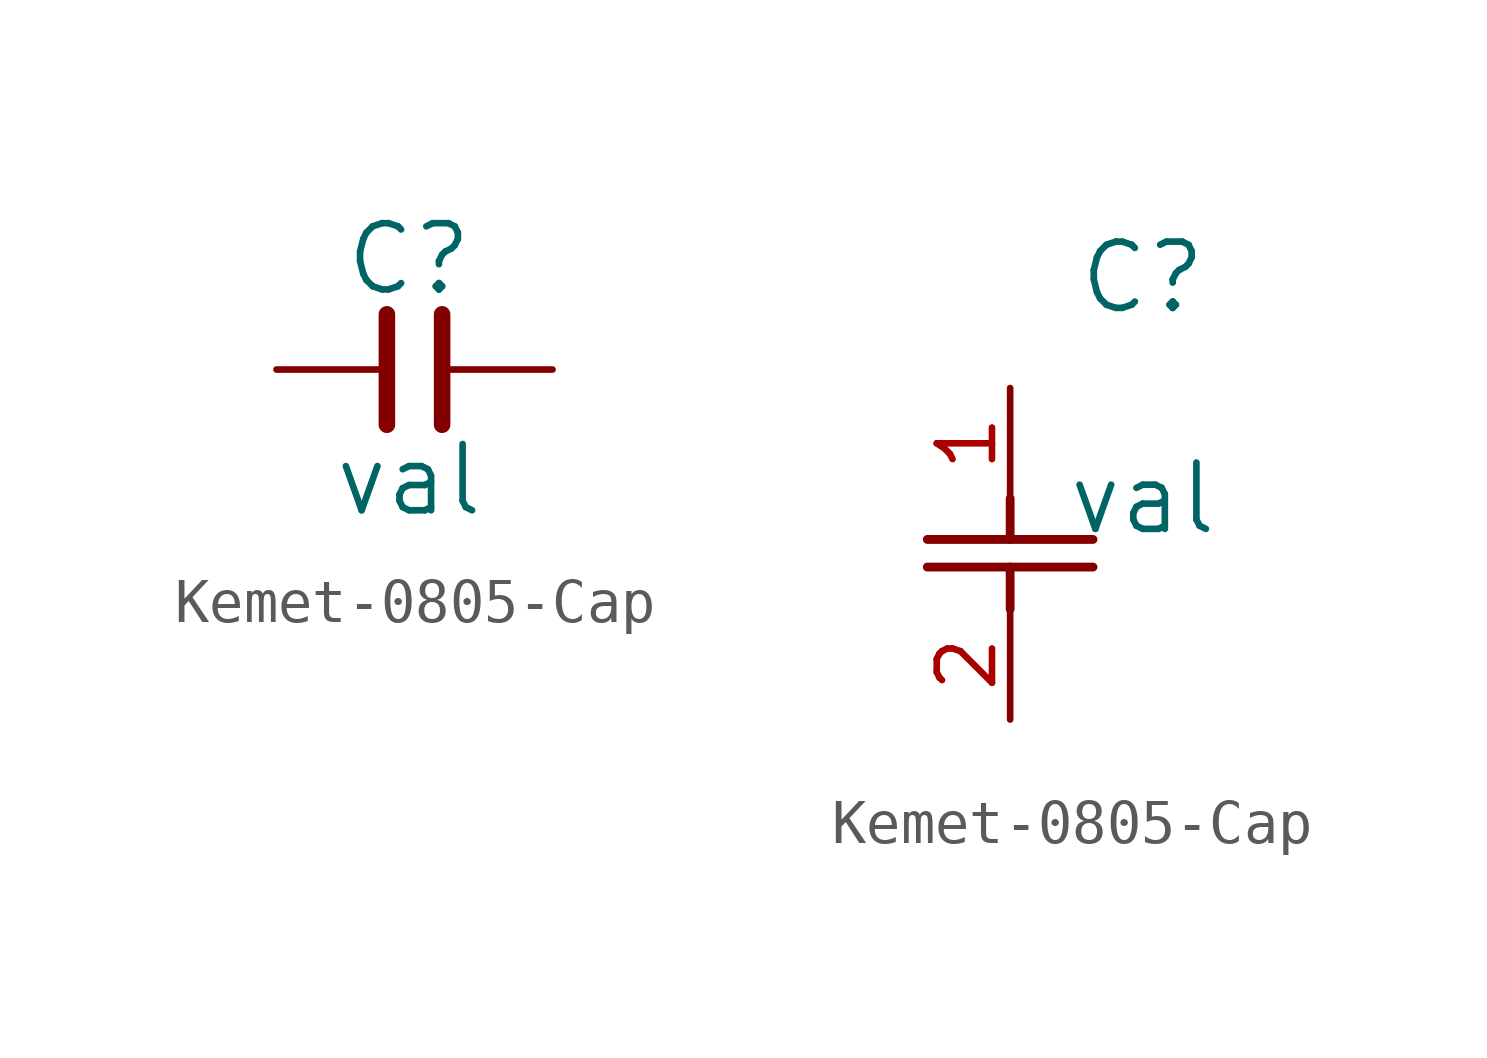
<source format=kicad_sym>
(kicad_symbol_lib
  (version 20241209)
  (generator "kicad_symbol_editor")
  (generator_version "9.0")
  (symbol "Kemet-0805-Cap"
    (pin_names
      (offset 0.254))
    (property "Reference" "C"
      (at 3.048 2.54 0)
      (effects (font (size 1.524 1.524))))
    (property "Value" "val"
      (at 3.048 -2.54 0)
      (effects (font (size 1.524 1.524))))
    (symbol "Kemet-0805-Cap_1_1"
      (polyline (pts (xy 2.54 -1.27) (xy 2.54 1.27)) (stroke (width 0.381) (type solid)) (fill (type none)))
      (polyline (pts (xy 3.81 -1.27) (xy 3.81 1.27)) (stroke (width 0.381) (type solid)) (fill (type none)))
      (pin bidirectional line (at 0 0 0) (length 2.54) (name "" (effects (font (size 0 0)))) (number "1" (effects (font (size 0 0)))))
      (pin bidirectional line (at 6.35 0 180) (length 2.54) (name "" (effects (font (size 0 0)))) (number "2" (effects (font (size 0 0))))))
    (symbol "Kemet-0805-Cap_1_2"
      (polyline (pts (xy -1.905 -3.48) (xy 1.905 -3.48)) (stroke (width 0.203) (type default)) (fill (type none)))
      (polyline (pts (xy -1.905 -4.115) (xy 1.905 -4.115)) (stroke (width 0.203) (type default)) (fill (type none)))
      (polyline (pts (xy 0 -2.54) (xy 0 -3.48)) (stroke (width 0.203) (type default)) (fill (type none)))
      (polyline (pts (xy 0 -4.115) (xy 0 -5.08)) (stroke (width 0.203) (type default)) (fill (type none)))
      (pin unspecified line (at 0 0 270) (length 2.54) (name "" (effects (font (size 1.27 1.27)))) (number "1" (effects (font (size 1.27 1.27)))))
      (pin unspecified line (at 0 -7.62 90) (length 2.54) (name "" (effects (font (size 1.27 1.27)))) (number "2" (effects (font (size 1.27 1.27))))))))
</source>
